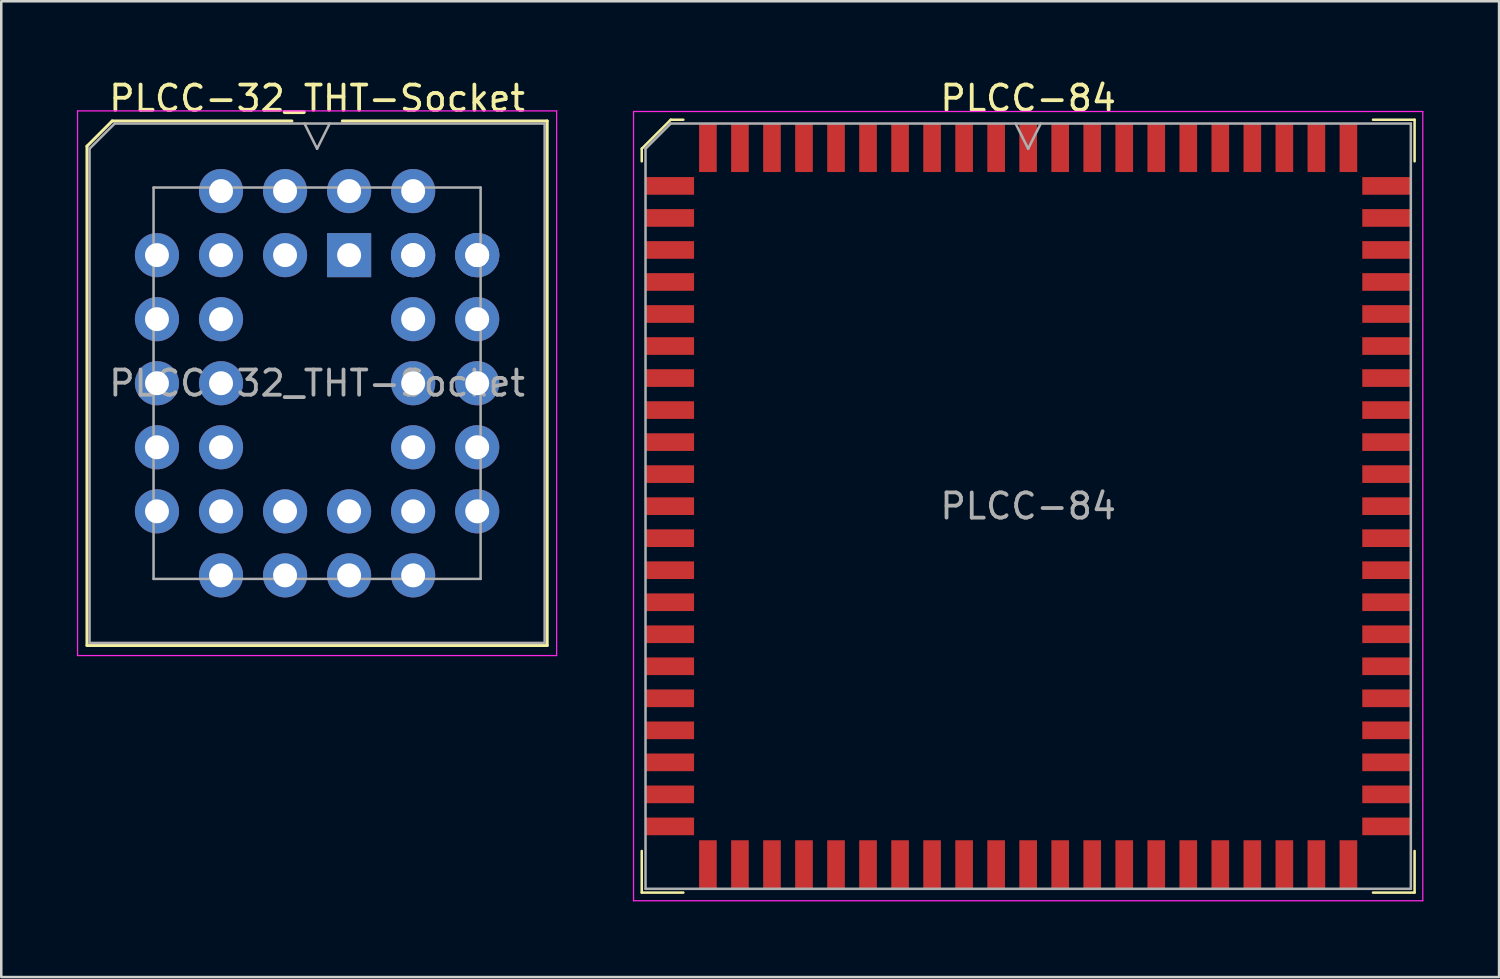
<source format=kicad_pcb>
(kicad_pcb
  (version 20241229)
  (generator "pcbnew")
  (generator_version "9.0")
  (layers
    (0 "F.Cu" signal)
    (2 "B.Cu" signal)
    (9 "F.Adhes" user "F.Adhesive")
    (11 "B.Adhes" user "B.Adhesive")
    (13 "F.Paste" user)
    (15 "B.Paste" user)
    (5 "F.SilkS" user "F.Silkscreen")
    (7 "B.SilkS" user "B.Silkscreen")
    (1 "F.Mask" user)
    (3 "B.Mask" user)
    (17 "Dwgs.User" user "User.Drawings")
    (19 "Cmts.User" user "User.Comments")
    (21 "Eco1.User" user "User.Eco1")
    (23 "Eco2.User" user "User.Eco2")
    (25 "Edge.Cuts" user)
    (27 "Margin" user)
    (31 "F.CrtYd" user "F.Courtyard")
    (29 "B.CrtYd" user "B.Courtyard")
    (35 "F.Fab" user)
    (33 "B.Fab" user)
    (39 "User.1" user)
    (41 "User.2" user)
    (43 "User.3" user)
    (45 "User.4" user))
  (footprint "PLCC-32_THT-Socket"
    (layer "F.Cu")
    (at 10.795 7.068)
    (property "Reference" "PLCC-32_THT-Socket" (at -1.27 -6.22 0) (layer "F.SilkS") (effects (font (size 1 1) (thickness 0.15))))
    (attr through_hole)
    (fp_line (start -10.395 -4.32) (end -10.395 15.48) (stroke (width 0.12) (type solid)) (layer "F.SilkS"))
    (fp_line (start -10.395 15.48) (end 7.855 15.48) (stroke (width 0.12) (type solid)) (layer "F.SilkS"))
    (fp_line (start -9.395 -5.32) (end -10.395 -4.32) (stroke (width 0.12) (type solid)) (layer "F.SilkS"))
    (fp_line (start -2.27 -5.32) (end -9.395 -5.32) (stroke (width 0.12) (type solid)) (layer "F.SilkS"))
    (fp_line (start 7.855 -5.32) (end -0.27 -5.32) (stroke (width 0.12) (type solid)) (layer "F.SilkS"))
    (fp_line (start 7.855 15.48) (end 7.855 -5.32) (stroke (width 0.12) (type solid)) (layer "F.SilkS"))
    (fp_line (start -10.77 -5.72) (end -10.77 15.88) (stroke (width 0.05) (type solid)) (layer "F.CrtYd"))
    (fp_line (start -10.77 15.88) (end 8.23 15.88) (stroke (width 0.05) (type solid)) (layer "F.CrtYd"))
    (fp_line (start 8.23 -5.72) (end -10.77 -5.72) (stroke (width 0.05) (type solid)) (layer "F.CrtYd"))
    (fp_line (start 8.23 15.88) (end 8.23 -5.72) (stroke (width 0.05) (type solid)) (layer "F.CrtYd"))
    (fp_line (start -10.295 -4.22) (end -10.295 15.38) (stroke (width 0.1) (type solid)) (layer "F.Fab"))
    (fp_line (start -10.295 15.38) (end 7.755 15.38) (stroke (width 0.1) (type solid)) (layer "F.Fab"))
    (fp_line (start -9.295 -5.22) (end -10.295 -4.22) (stroke (width 0.1) (type solid)) (layer "F.Fab"))
    (fp_line (start -7.755 -2.68) (end -7.755 12.84) (stroke (width 0.1) (type solid)) (layer "F.Fab"))
    (fp_line (start -7.755 12.84) (end 5.215 12.84) (stroke (width 0.1) (type solid)) (layer "F.Fab"))
    (fp_line (start -1.77 -5.22) (end -1.27 -4.22) (stroke (width 0.1) (type solid)) (layer "F.Fab"))
    (fp_line (start -1.27 -4.22) (end -0.77 -5.22) (stroke (width 0.1) (type solid)) (layer "F.Fab"))
    (fp_line (start 5.215 -2.68) (end -7.755 -2.68) (stroke (width 0.1) (type solid)) (layer "F.Fab"))
    (fp_line (start 5.215 12.84) (end 5.215 -2.68) (stroke (width 0.1) (type solid)) (layer "F.Fab"))
    (fp_line (start 7.755 -5.22) (end -9.295 -5.22) (stroke (width 0.1) (type solid)) (layer "F.Fab"))
    (fp_line (start 7.755 15.38) (end 7.755 -5.22) (stroke (width 0.1) (type solid)) (layer "F.Fab"))
    (fp_text user "${REFERENCE}" (at -1.27 5.08 0) (layer "F.Fab") (effects (font (size 1 1) (thickness 0.15))))
    (pad "1" thru_hole rect (at 0 0) (size 1.75 1.75) (drill 0.95) (layers "*.Cu" "*.Mask"))
    (pad "2" thru_hole circle (at -2.54 -2.54) (size 1.75 1.75) (drill 0.95) (layers "*.Cu" "*.Mask"))
    (pad "3" thru_hole circle (at -2.54 0) (size 1.75 1.75) (drill 0.95) (layers "*.Cu" "*.Mask"))
    (pad "4" thru_hole circle (at -5.08 -2.54) (size 1.75 1.75) (drill 0.95) (layers "*.Cu" "*.Mask"))
    (pad "5" thru_hole circle (at -7.62 0) (size 1.75 1.75) (drill 0.95) (layers "*.Cu" "*.Mask"))
    (pad "6" thru_hole circle (at -5.08 0) (size 1.75 1.75) (drill 0.95) (layers "*.Cu" "*.Mask"))
    (pad "7" thru_hole circle (at -7.62 2.54) (size 1.75 1.75) (drill 0.95) (layers "*.Cu" "*.Mask"))
    (pad "8" thru_hole circle (at -5.08 2.54) (size 1.75 1.75) (drill 0.95) (layers "*.Cu" "*.Mask"))
    (pad "9" thru_hole circle (at -7.62 5.08) (size 1.75 1.75) (drill 0.95) (layers "*.Cu" "*.Mask"))
    (pad "10" thru_hole circle (at -5.08 5.08) (size 1.75 1.75) (drill 0.95) (layers "*.Cu" "*.Mask"))
    (pad "11" thru_hole circle (at -7.62 7.62) (size 1.75 1.75) (drill 0.95) (layers "*.Cu" "*.Mask"))
    (pad "12" thru_hole circle (at -5.08 7.62) (size 1.75 1.75) (drill 0.95) (layers "*.Cu" "*.Mask"))
    (pad "13" thru_hole circle (at -7.62 10.16) (size 1.75 1.75) (drill 0.95) (layers "*.Cu" "*.Mask"))
    (pad "14" thru_hole circle (at -5.08 12.7) (size 1.75 1.75) (drill 0.95) (layers "*.Cu" "*.Mask"))
    (pad "15" thru_hole circle (at -5.08 10.16) (size 1.75 1.75) (drill 0.95) (layers "*.Cu" "*.Mask"))
    (pad "16" thru_hole circle (at -2.54 12.7) (size 1.75 1.75) (drill 0.95) (layers "*.Cu" "*.Mask"))
    (pad "17" thru_hole circle (at -2.54 10.16) (size 1.75 1.75) (drill 0.95) (layers "*.Cu" "*.Mask"))
    (pad "18" thru_hole circle (at 0 12.7) (size 1.75 1.75) (drill 0.95) (layers "*.Cu" "*.Mask"))
    (pad "19" thru_hole circle (at 0 10.16) (size 1.75 1.75) (drill 0.95) (layers "*.Cu" "*.Mask"))
    (pad "20" thru_hole circle (at 2.54 12.7) (size 1.75 1.75) (drill 0.95) (layers "*.Cu" "*.Mask"))
    (pad "21" thru_hole circle (at 2.54 10.16) (size 1.75 1.75) (drill 0.95) (layers "*.Cu" "*.Mask"))
    (pad "21" thru_hole circle (at 5.08 10.16) (size 1.75 1.75) (drill 0.95) (layers "*.Cu" "*.Mask"))
    (pad "22" thru_hole circle (at 2.54 7.62) (size 1.75 1.75) (drill 0.95) (layers "*.Cu" "*.Mask"))
    (pad "23" thru_hole circle (at 5.08 7.62) (size 1.75 1.75) (drill 0.95) (layers "*.Cu" "*.Mask"))
    (pad "24" thru_hole circle (at 2.54 5.08) (size 1.75 1.75) (drill 0.95) (layers "*.Cu" "*.Mask"))
    (pad "25" thru_hole circle (at 5.08 5.08) (size 1.75 1.75) (drill 0.95) (layers "*.Cu" "*.Mask"))
    (pad "26" thru_hole circle (at 2.54 2.54) (size 1.75 1.75) (drill 0.95) (layers "*.Cu" "*.Mask"))
    (pad "27" thru_hole circle (at 5.08 2.54) (size 1.75 1.75) (drill 0.95) (layers "*.Cu" "*.Mask"))
    (pad "28" thru_hole circle (at 2.54 0) (size 1.75 1.75) (drill 0.95) (layers "*.Cu" "*.Mask"))
    (pad "29" thru_hole circle (at 5.08 0) (size 1.75 1.75) (drill 0.95) (layers "*.Cu" "*.Mask"))
    (pad "29" thru_hole circle (at 5.08 0) (size 1.75 1.75) (drill 0.95) (layers "*.Cu" "*.Mask"))
    (pad "30" thru_hole circle (at 2.54 -2.54) (size 1.75 1.75) (drill 0.95) (layers "*.Cu" "*.Mask"))
    (pad "31" thru_hole circle (at 2.54 0) (size 1.75 1.75) (drill 0.95) (layers "*.Cu" "*.Mask"))
    (pad "32" thru_hole circle (at 0 -2.54) (size 1.75 1.75) (drill 0.95) (layers "*.Cu" "*.Mask")))
  (footprint "PLCC-84"
    (layer "F.Cu")
    (at 37.725 17.023)
    (property "Reference" "PLCC-84" (at 0 -16.175 0) (layer "F.SilkS") (effects (font (size 1 1) (thickness 0.15))))
    (attr smd)
    (fp_line (start -15.325 -14.175) (end -15.325 -13.675) (stroke (width 0.1) (type solid)) (layer "F.SilkS"))
    (fp_line (start -15.325 15.325) (end -15.325 13.675) (stroke (width 0.1) (type solid)) (layer "F.SilkS"))
    (fp_line (start -14.175 -15.325) (end -15.325 -14.175) (stroke (width 0.1) (type solid)) (layer "F.SilkS"))
    (fp_line (start -13.675 -15.325) (end -14.175 -15.325) (stroke (width 0.1) (type solid)) (layer "F.SilkS"))
    (fp_line (start -13.675 15.325) (end -15.325 15.325) (stroke (width 0.1) (type solid)) (layer "F.SilkS"))
    (fp_line (start 13.675 -15.325) (end 15.325 -15.325) (stroke (width 0.1) (type solid)) (layer "F.SilkS"))
    (fp_line (start 13.675 15.325) (end 15.325 15.325) (stroke (width 0.1) (type solid)) (layer "F.SilkS"))
    (fp_line (start 15.325 -15.325) (end 15.325 -13.675) (stroke (width 0.1) (type solid)) (layer "F.SilkS"))
    (fp_line (start 15.325 15.325) (end 15.325 13.675) (stroke (width 0.1) (type solid)) (layer "F.SilkS"))
    (fp_line (start -15.65 -15.65) (end -15.65 15.65) (stroke (width 0.05) (type solid)) (layer "F.CrtYd"))
    (fp_line (start -15.65 15.65) (end 15.65 15.65) (stroke (width 0.05) (type solid)) (layer "F.CrtYd"))
    (fp_line (start 15.65 -15.65) (end -15.65 -15.65) (stroke (width 0.05) (type solid)) (layer "F.CrtYd"))
    (fp_line (start 15.65 15.65) (end 15.65 -15.65) (stroke (width 0.05) (type solid)) (layer "F.CrtYd"))
    (fp_line (start -15.175 -14.175) (end -15.175 15.175) (stroke (width 0.1) (type solid)) (layer "F.Fab"))
    (fp_line (start -15.175 15.175) (end 15.175 15.175) (stroke (width 0.1) (type solid)) (layer "F.Fab"))
    (fp_line (start -14.175 -15.175) (end -15.175 -14.175) (stroke (width 0.1) (type solid)) (layer "F.Fab"))
    (fp_line (start -0.5 -15.175) (end 0 -14.175) (stroke (width 0.1) (type solid)) (layer "F.Fab"))
    (fp_line (start 0 -14.175) (end 0.5 -15.175) (stroke (width 0.1) (type solid)) (layer "F.Fab"))
    (fp_line (start 15.175 -15.175) (end -14.175 -15.175) (stroke (width 0.1) (type solid)) (layer "F.Fab"))
    (fp_line (start 15.175 15.175) (end 15.175 -15.175) (stroke (width 0.1) (type solid)) (layer "F.Fab"))
    (fp_text user "${REFERENCE}" (at 0 0 0) (layer "F.Fab") (effects (font (size 1 1) (thickness 0.15))))
    (pad "1" smd rect (at 0 -14.213) (size 0.7 1.925) (layers "F.Cu" "F.Mask" "F.Paste"))
    (pad "2" smd rect (at -1.27 -14.213) (size 0.7 1.925) (layers "F.Cu" "F.Mask" "F.Paste"))
    (pad "3" smd rect (at -2.54 -14.213) (size 0.7 1.925) (layers "F.Cu" "F.Mask" "F.Paste"))
    (pad "4" smd rect (at -3.81 -14.213) (size 0.7 1.925) (layers "F.Cu" "F.Mask" "F.Paste"))
    (pad "5" smd rect (at -5.08 -14.213) (size 0.7 1.925) (layers "F.Cu" "F.Mask" "F.Paste"))
    (pad "6" smd rect (at -6.35 -14.213) (size 0.7 1.925) (layers "F.Cu" "F.Mask" "F.Paste"))
    (pad "7" smd rect (at -7.62 -14.213) (size 0.7 1.925) (layers "F.Cu" "F.Mask" "F.Paste"))
    (pad "8" smd rect (at -8.89 -14.213) (size 0.7 1.925) (layers "F.Cu" "F.Mask" "F.Paste"))
    (pad "9" smd rect (at -10.16 -14.213) (size 0.7 1.925) (layers "F.Cu" "F.Mask" "F.Paste"))
    (pad "10" smd rect (at -11.43 -14.213) (size 0.7 1.925) (layers "F.Cu" "F.Mask" "F.Paste"))
    (pad "11" smd rect (at -12.7 -14.213) (size 0.7 1.925) (layers "F.Cu" "F.Mask" "F.Paste"))
    (pad "12" smd rect (at -14.213 -12.7) (size 1.925 0.7) (layers "F.Cu" "F.Mask" "F.Paste"))
    (pad "13" smd rect (at -14.213 -11.43) (size 1.925 0.7) (layers "F.Cu" "F.Mask" "F.Paste"))
    (pad "14" smd rect (at -14.213 -10.16) (size 1.925 0.7) (layers "F.Cu" "F.Mask" "F.Paste"))
    (pad "15" smd rect (at -14.213 -8.89) (size 1.925 0.7) (layers "F.Cu" "F.Mask" "F.Paste"))
    (pad "16" smd rect (at -14.213 -7.62) (size 1.925 0.7) (layers "F.Cu" "F.Mask" "F.Paste"))
    (pad "17" smd rect (at -14.213 -6.35) (size 1.925 0.7) (layers "F.Cu" "F.Mask" "F.Paste"))
    (pad "18" smd rect (at -14.213 -5.08) (size 1.925 0.7) (layers "F.Cu" "F.Mask" "F.Paste"))
    (pad "19" smd rect (at -14.213 -3.81) (size 1.925 0.7) (layers "F.Cu" "F.Mask" "F.Paste"))
    (pad "20" smd rect (at -14.213 -2.54) (size 1.925 0.7) (layers "F.Cu" "F.Mask" "F.Paste"))
    (pad "21" smd rect (at -14.213 -1.27) (size 1.925 0.7) (layers "F.Cu" "F.Mask" "F.Paste"))
    (pad "22" smd rect (at -14.213 0) (size 1.925 0.7) (layers "F.Cu" "F.Mask" "F.Paste"))
    (pad "23" smd rect (at -14.213 1.27) (size 1.925 0.7) (layers "F.Cu" "F.Mask" "F.Paste"))
    (pad "24" smd rect (at -14.213 2.54) (size 1.925 0.7) (layers "F.Cu" "F.Mask" "F.Paste"))
    (pad "25" smd rect (at -14.213 3.81) (size 1.925 0.7) (layers "F.Cu" "F.Mask" "F.Paste"))
    (pad "26" smd rect (at -14.213 5.08) (size 1.925 0.7) (layers "F.Cu" "F.Mask" "F.Paste"))
    (pad "27" smd rect (at -14.213 6.35) (size 1.925 0.7) (layers "F.Cu" "F.Mask" "F.Paste"))
    (pad "28" smd rect (at -14.213 7.62) (size 1.925 0.7) (layers "F.Cu" "F.Mask" "F.Paste"))
    (pad "29" smd rect (at -14.213 8.89) (size 1.925 0.7) (layers "F.Cu" "F.Mask" "F.Paste"))
    (pad "30" smd rect (at -14.213 10.16) (size 1.925 0.7) (layers "F.Cu" "F.Mask" "F.Paste"))
    (pad "31" smd rect (at -14.213 11.43) (size 1.925 0.7) (layers "F.Cu" "F.Mask" "F.Paste"))
    (pad "32" smd rect (at -14.213 12.7) (size 1.925 0.7) (layers "F.Cu" "F.Mask" "F.Paste"))
    (pad "33" smd rect (at -12.7 14.213) (size 0.7 1.925) (layers "F.Cu" "F.Mask" "F.Paste"))
    (pad "34" smd rect (at -11.43 14.213) (size 0.7 1.925) (layers "F.Cu" "F.Mask" "F.Paste"))
    (pad "35" smd rect (at -10.16 14.213) (size 0.7 1.925) (layers "F.Cu" "F.Mask" "F.Paste"))
    (pad "36" smd rect (at -8.89 14.213) (size 0.7 1.925) (layers "F.Cu" "F.Mask" "F.Paste"))
    (pad "37" smd rect (at -7.62 14.213) (size 0.7 1.925) (layers "F.Cu" "F.Mask" "F.Paste"))
    (pad "38" smd rect (at -6.35 14.213) (size 0.7 1.925) (layers "F.Cu" "F.Mask" "F.Paste"))
    (pad "39" smd rect (at -5.08 14.213) (size 0.7 1.925) (layers "F.Cu" "F.Mask" "F.Paste"))
    (pad "40" smd rect (at -3.81 14.213) (size 0.7 1.925) (layers "F.Cu" "F.Mask" "F.Paste"))
    (pad "41" smd rect (at -2.54 14.213) (size 0.7 1.925) (layers "F.Cu" "F.Mask" "F.Paste"))
    (pad "42" smd rect (at -1.27 14.213) (size 0.7 1.925) (layers "F.Cu" "F.Mask" "F.Paste"))
    (pad "43" smd rect (at 0 14.213) (size 0.7 1.925) (layers "F.Cu" "F.Mask" "F.Paste"))
    (pad "44" smd rect (at 1.27 14.213) (size 0.7 1.925) (layers "F.Cu" "F.Mask" "F.Paste"))
    (pad "45" smd rect (at 2.54 14.213) (size 0.7 1.925) (layers "F.Cu" "F.Mask" "F.Paste"))
    (pad "46" smd rect (at 3.81 14.213) (size 0.7 1.925) (layers "F.Cu" "F.Mask" "F.Paste"))
    (pad "47" smd rect (at 5.08 14.213) (size 0.7 1.925) (layers "F.Cu" "F.Mask" "F.Paste"))
    (pad "48" smd rect (at 6.35 14.213) (size 0.7 1.925) (layers "F.Cu" "F.Mask" "F.Paste"))
    (pad "49" smd rect (at 7.62 14.213) (size 0.7 1.925) (layers "F.Cu" "F.Mask" "F.Paste"))
    (pad "50" smd rect (at 8.89 14.213) (size 0.7 1.925) (layers "F.Cu" "F.Mask" "F.Paste"))
    (pad "51" smd rect (at 10.16 14.213) (size 0.7 1.925) (layers "F.Cu" "F.Mask" "F.Paste"))
    (pad "52" smd rect (at 11.43 14.213) (size 0.7 1.925) (layers "F.Cu" "F.Mask" "F.Paste"))
    (pad "53" smd rect (at 12.7 14.213) (size 0.7 1.925) (layers "F.Cu" "F.Mask" "F.Paste"))
    (pad "54" smd rect (at 14.213 12.7) (size 1.925 0.7) (layers "F.Cu" "F.Mask" "F.Paste"))
    (pad "55" smd rect (at 14.213 11.43) (size 1.925 0.7) (layers "F.Cu" "F.Mask" "F.Paste"))
    (pad "56" smd rect (at 14.213 10.16) (size 1.925 0.7) (layers "F.Cu" "F.Mask" "F.Paste"))
    (pad "57" smd rect (at 14.213 8.89) (size 1.925 0.7) (layers "F.Cu" "F.Mask" "F.Paste"))
    (pad "58" smd rect (at 14.213 7.62) (size 1.925 0.7) (layers "F.Cu" "F.Mask" "F.Paste"))
    (pad "59" smd rect (at 14.213 6.35) (size 1.925 0.7) (layers "F.Cu" "F.Mask" "F.Paste"))
    (pad "60" smd rect (at 14.213 5.08) (size 1.925 0.7) (layers "F.Cu" "F.Mask" "F.Paste"))
    (pad "61" smd rect (at 14.213 3.81) (size 1.925 0.7) (layers "F.Cu" "F.Mask" "F.Paste"))
    (pad "62" smd rect (at 14.213 2.54) (size 1.925 0.7) (layers "F.Cu" "F.Mask" "F.Paste"))
    (pad "63" smd rect (at 14.213 1.27) (size 1.925 0.7) (layers "F.Cu" "F.Mask" "F.Paste"))
    (pad "64" smd rect (at 14.213 0) (size 1.925 0.7) (layers "F.Cu" "F.Mask" "F.Paste"))
    (pad "65" smd rect (at 14.213 -1.27) (size 1.925 0.7) (layers "F.Cu" "F.Mask" "F.Paste"))
    (pad "66" smd rect (at 14.213 -2.54) (size 1.925 0.7) (layers "F.Cu" "F.Mask" "F.Paste"))
    (pad "67" smd rect (at 14.213 -3.81) (size 1.925 0.7) (layers "F.Cu" "F.Mask" "F.Paste"))
    (pad "68" smd rect (at 14.213 -5.08) (size 1.925 0.7) (layers "F.Cu" "F.Mask" "F.Paste"))
    (pad "69" smd rect (at 14.213 -6.35) (size 1.925 0.7) (layers "F.Cu" "F.Mask" "F.Paste"))
    (pad "70" smd rect (at 14.213 -7.62) (size 1.925 0.7) (layers "F.Cu" "F.Mask" "F.Paste"))
    (pad "71" smd rect (at 14.213 -8.89) (size 1.925 0.7) (layers "F.Cu" "F.Mask" "F.Paste"))
    (pad "72" smd rect (at 14.213 -10.16) (size 1.925 0.7) (layers "F.Cu" "F.Mask" "F.Paste"))
    (pad "73" smd rect (at 14.213 -11.43) (size 1.925 0.7) (layers "F.Cu" "F.Mask" "F.Paste"))
    (pad "74" smd rect (at 14.213 -12.7) (size 1.925 0.7) (layers "F.Cu" "F.Mask" "F.Paste"))
    (pad "75" smd rect (at 12.7 -14.213) (size 0.7 1.925) (layers "F.Cu" "F.Mask" "F.Paste"))
    (pad "76" smd rect (at 11.43 -14.213) (size 0.7 1.925) (layers "F.Cu" "F.Mask" "F.Paste"))
    (pad "77" smd rect (at 10.16 -14.213) (size 0.7 1.925) (layers "F.Cu" "F.Mask" "F.Paste"))
    (pad "78" smd rect (at 8.89 -14.213) (size 0.7 1.925) (layers "F.Cu" "F.Mask" "F.Paste"))
    (pad "79" smd rect (at 7.62 -14.213) (size 0.7 1.925) (layers "F.Cu" "F.Mask" "F.Paste"))
    (pad "80" smd rect (at 6.35 -14.213) (size 0.7 1.925) (layers "F.Cu" "F.Mask" "F.Paste"))
    (pad "81" smd rect (at 5.08 -14.213) (size 0.7 1.925) (layers "F.Cu" "F.Mask" "F.Paste"))
    (pad "82" smd rect (at 3.81 -14.213) (size 0.7 1.925) (layers "F.Cu" "F.Mask" "F.Paste"))
    (pad "83" smd rect (at 2.54 -14.213) (size 0.7 1.925) (layers "F.Cu" "F.Mask" "F.Paste"))
    (pad "84" smd rect (at 1.27 -14.213) (size 0.7 1.925) (layers "F.Cu" "F.Mask" "F.Paste")))
  (gr_rect
    (start -3 -3)
    (end 56.4 35.698)
    (stroke (width 0.1) (type default))
    (fill no)
    (layer "Edge.Cuts")))
</source>
